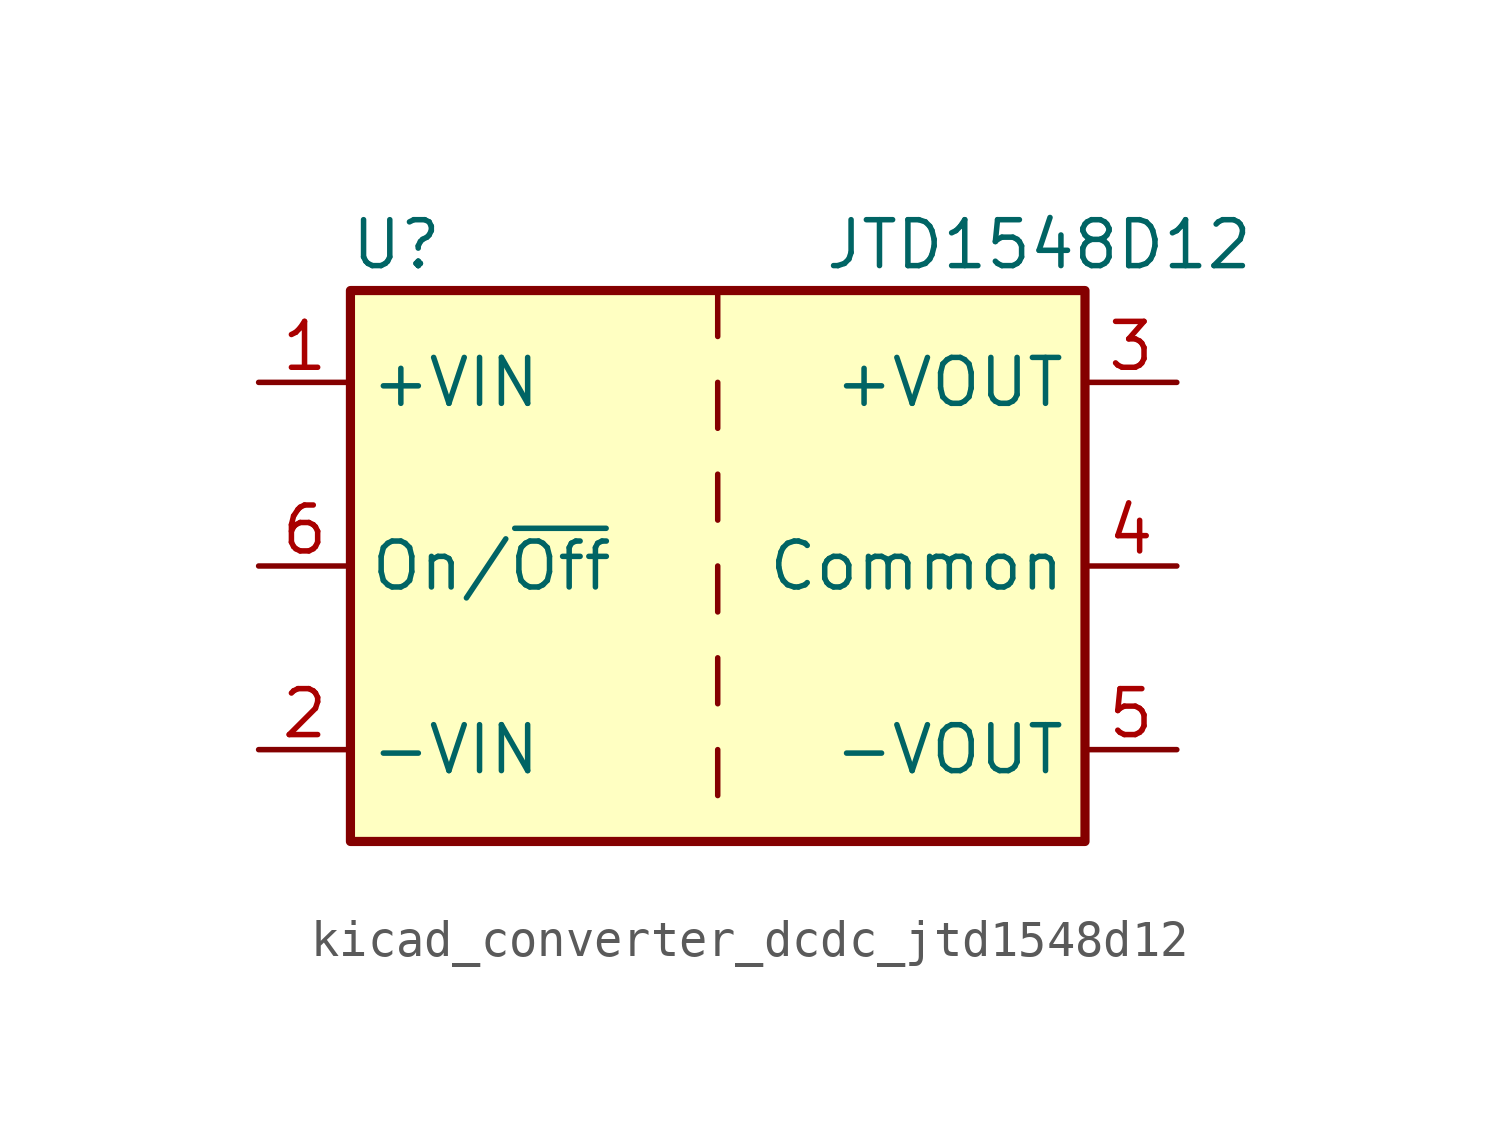
<source format=kicad_sym>
(kicad_symbol_lib
  (version 20220914)
  (generator kicad_symbol_editor)
  (symbol "kicad_converter_dcdc_jtd1548d12"
    (property "Reference" "U"
      (at -8.89 8.89 0)
      (effects (font (size 1.27 1.27))))
    (property "Value" "JTD1548D12"
      (at 8.89 8.89 0)
      (effects (font (size 1.27 1.27))))
    (symbol "kicad_converter_dcdc_jtd1548d12_0_1"
      (rectangle (start -10.16 7.62) (end 10.16 -7.62) (stroke (width 0.254) (type default)) (fill (type background)))
      (polyline (pts (xy 0 -5.08) (xy 0 -6.35)) (stroke (width 0) (type default)) (fill (type none)))
      (polyline (pts (xy 0 -2.54) (xy 0 -3.81)) (stroke (width 0) (type default)) (fill (type none)))
      (polyline (pts (xy 0 0) (xy 0 -1.27)) (stroke (width 0) (type default)) (fill (type none)))
      (polyline (pts (xy 0 2.54) (xy 0 1.27)) (stroke (width 0) (type default)) (fill (type none)))
      (polyline (pts (xy 0 5.08) (xy 0 3.81)) (stroke (width 0) (type default)) (fill (type none)))
      (polyline (pts (xy 0 7.62) (xy 0 6.35)) (stroke (width 0) (type default)) (fill (type none))))
    (symbol "kicad_converter_dcdc_jtd1548d12_1_1"
      (pin power_in line (at -12.7 5.08 0) (length 2.54) (name "+VIN" (effects (font (size 1.27 1.27)))) (number "1" (effects (font (size 1.27 1.27)))))
      (pin power_in line (at -12.7 -5.08 0) (length 2.54) (name "-VIN" (effects (font (size 1.27 1.27)))) (number "2" (effects (font (size 1.27 1.27)))))
      (pin power_out line (at 12.7 5.08 180) (length 2.54) (name "+VOUT" (effects (font (size 1.27 1.27)))) (number "3" (effects (font (size 1.27 1.27)))))
      (pin power_out line (at 12.7 0 180) (length 2.54) (name "Common" (effects (font (size 1.27 1.27)))) (number "4" (effects (font (size 1.27 1.27)))))
      (pin power_out line (at 12.7 -5.08 180) (length 2.54) (name "-VOUT" (effects (font (size 1.27 1.27)))) (number "5" (effects (font (size 1.27 1.27)))))
      (pin input line (at -12.7 0 0) (length 2.54) (name "On/~{Off}" (effects (font (size 1.27 1.27)))) (number "6" (effects (font (size 1.27 1.27))))))))
</source>
